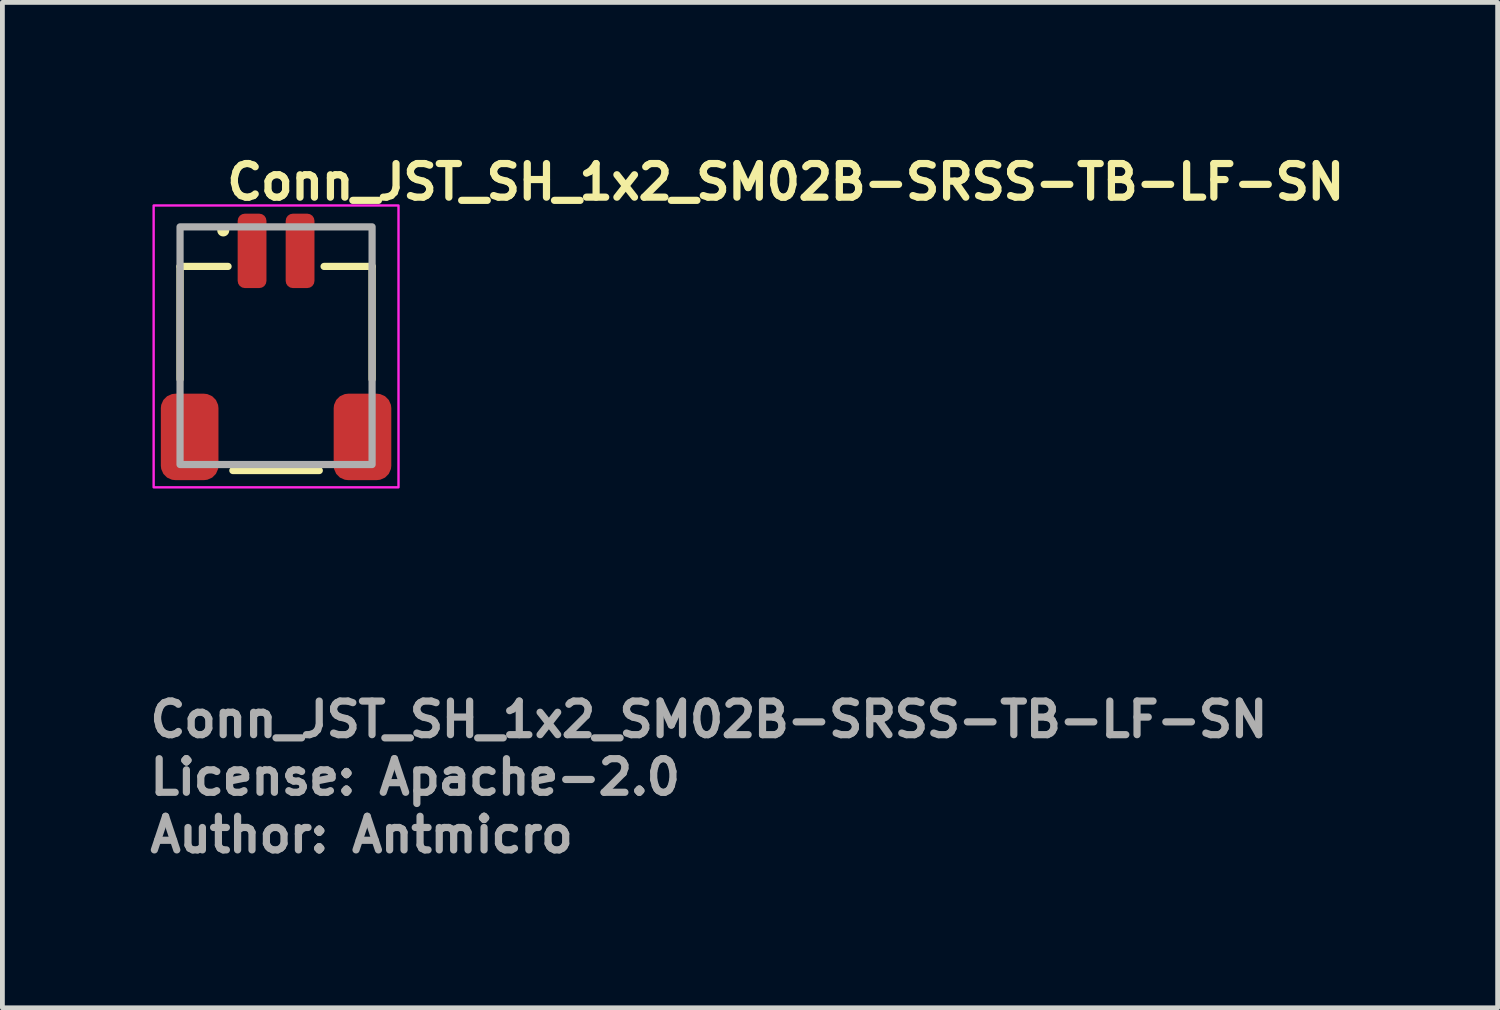
<source format=kicad_pcb>
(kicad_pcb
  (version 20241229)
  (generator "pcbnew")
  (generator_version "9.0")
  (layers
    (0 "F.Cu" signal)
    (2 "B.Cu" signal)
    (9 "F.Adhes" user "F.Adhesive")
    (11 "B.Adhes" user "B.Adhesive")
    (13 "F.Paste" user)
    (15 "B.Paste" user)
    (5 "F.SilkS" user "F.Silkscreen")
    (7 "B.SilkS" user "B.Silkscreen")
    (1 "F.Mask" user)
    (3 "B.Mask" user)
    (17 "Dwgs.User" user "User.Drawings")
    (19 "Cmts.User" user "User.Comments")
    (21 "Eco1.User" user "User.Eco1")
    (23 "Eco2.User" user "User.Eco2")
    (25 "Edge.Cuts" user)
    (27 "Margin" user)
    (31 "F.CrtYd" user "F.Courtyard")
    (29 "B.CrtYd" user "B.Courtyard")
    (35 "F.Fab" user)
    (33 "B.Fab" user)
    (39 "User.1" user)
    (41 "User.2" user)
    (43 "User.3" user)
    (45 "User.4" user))
  (footprint "Conn_JST_SH_1x2_SM02B-SRSS-TB-LF-SN"
    (layer "F.Cu")
    (at 2.7 4.15)
    (property "Reference" "Conn_JST_SH_1x2_SM02B-SRSS-TB-LF-SN" (at -1.1 -3 0) (layer "F.SilkS") (effects (font (size 0.7 0.7) (thickness 0.15)) (justify left bottom)))
    (attr smd)
    (fp_line (start -2 -1.651) (end -2 0.7) (stroke (width 0.15) (type solid)) (layer "F.SilkS"))
    (fp_line (start -2 -1.651) (end -1 -1.651) (stroke (width 0.15) (type solid)) (layer "F.SilkS"))
    (fp_line (start -0.9 2.6) (end 0.9 2.6) (stroke (width 0.15) (type solid)) (layer "F.SilkS"))
    (fp_line (start 2 -1.651) (end 1 -1.651) (stroke (width 0.15) (type solid)) (layer "F.SilkS"))
    (fp_line (start 2 -1.651) (end 2 0.7) (stroke (width 0.15) (type solid)) (layer "F.SilkS"))
    (fp_circle (center -1.1 -2.4) (end -1.05 -2.4) (stroke (width 0.15) (type solid)) (fill yes) (layer "F.SilkS"))
    (fp_rect (start -2.55 -2.92) (end 2.55 2.95) (stroke (width 0.05) (type solid)) (fill no) (layer "F.CrtYd"))
    (fp_rect (start -2 -2.475) (end 2 2.475) (stroke (width 0.15) (type solid)) (fill no) (layer "F.Fab"))
    (fp_rect (start -2 -2.475) (end 2 2.475) (stroke (width 0.1) (type solid)) (fill no) (layer "User.5"))
    (fp_line (start -2 -1.775) (end -2 -1.175) (stroke (width 0.02) (type solid)) (layer "User.9"))
    (fp_line (start -2 -1.175) (end -2 -1.125) (stroke (width 0.02) (type solid)) (layer "User.9"))
    (fp_line (start -2 -1.125) (end -2 -0.525) (stroke (width 0.02) (type solid)) (layer "User.9"))
    (fp_line (start -2 -0.325) (end -2 -0.525) (stroke (width 0.02) (type solid)) (layer "User.9"))
    (fp_line (start -2 -0.325) (end -1.9 -0.275) (stroke (width 0.02) (type solid)) (layer "User.9"))
    (fp_line (start -2 2.475) (end -2 -0.325) (stroke (width 0.02) (type solid)) (layer "User.9"))
    (fp_line (start -1.9 -0.275) (end -1.9 2.475) (stroke (width 0.02) (type solid)) (layer "User.9"))
    (fp_line (start -1.9 2.475) (end -2 2.475) (stroke (width 0.02) (type solid)) (layer "User.9"))
    (fp_line (start -1.7 -1.175) (end -2 -1.175) (stroke (width 0.02) (type solid)) (layer "User.9"))
    (fp_line (start -1.7 -1.125) (end -2 -1.125) (stroke (width 0.02) (type solid)) (layer "User.9"))
    (fp_line (start -1.7 -1.125) (end -1.7 -1.175) (stroke (width 0.02) (type solid)) (layer "User.9"))
    (fp_line (start -1.7 -0.525) (end -2 -0.525) (stroke (width 0.02) (type solid)) (layer "User.9"))
    (fp_line (start -1.7 -0.525) (end -1.7 -1.125) (stroke (width 0.02) (type solid)) (layer "User.9"))
    (fp_line (start -1.7 -0.525) (end -1.7 -0.275) (stroke (width 0.02) (type solid)) (layer "User.9"))
    (fp_line (start -1.7 -0.275) (end -1.9 -0.275) (stroke (width 0.02) (type solid)) (layer "User.9"))
    (fp_line (start -1.5 -1.775) (end -2 -1.775) (stroke (width 0.02) (type solid)) (layer "User.9"))
    (fp_line (start -1.5 -1.775) (end -1.5 -1.175) (stroke (width 0.02) (type solid)) (layer "User.9"))
    (fp_line (start -1.5 -1.775) (end -0.725 -1.775) (stroke (width 0.02) (type solid)) (layer "User.9"))
    (fp_line (start -1.5 -1.175) (end -1.45 -1.175) (stroke (width 0.02) (type solid)) (layer "User.9"))
    (fp_line (start -1.5 -0.275) (end -1.5 -1.175) (stroke (width 0.02) (type solid)) (layer "User.9"))
    (fp_line (start -1.45 -1.175) (end -1.45 -0.275) (stroke (width 0.02) (type solid)) (layer "User.9"))
    (fp_line (start -1.45 -0.275) (end -1.7 -0.275) (stroke (width 0.02) (type solid)) (layer "User.9"))
    (fp_line (start -0.725 -1.775) (end -0.575 -1.625) (stroke (width 0.02) (type solid)) (layer "User.9"))
    (fp_line (start -0.575 -2.475) (end -0.575 -2.475) (stroke (width 0.02) (type solid)) (layer "User.9"))
    (fp_line (start -0.575 -2.475) (end -0.575 -2.474) (stroke (width 0.02) (type solid)) (layer "User.9"))
    (fp_line (start -0.575 -2.475) (end -0.425 -2.475) (stroke (width 0.02) (type solid)) (layer "User.9"))
    (fp_line (start -0.575 -2.475) (end -0.425 -2.475) (stroke (width 0.02) (type solid)) (layer "User.9"))
    (fp_line (start -0.575 -2.474) (end -0.575 -2.472) (stroke (width 0.02) (type solid)) (layer "User.9"))
    (fp_line (start -0.575 -2.472) (end -0.575 -2.47) (stroke (width 0.02) (type solid)) (layer "User.9"))
    (fp_line (start -0.575 -2.47) (end -0.575 -2.467) (stroke (width 0.02) (type solid)) (layer "User.9"))
    (fp_line (start -0.575 -2.467) (end -0.575 -2.464) (stroke (width 0.02) (type solid)) (layer "User.9"))
    (fp_line (start -0.575 -2.464) (end -0.575 -2.46) (stroke (width 0.02) (type solid)) (layer "User.9"))
    (fp_line (start -0.575 -2.46) (end -0.575 -2.456) (stroke (width 0.02) (type solid)) (layer "User.9"))
    (fp_line (start -0.575 -2.456) (end -0.575 -2.452) (stroke (width 0.02) (type solid)) (layer "User.9"))
    (fp_line (start -0.575 -2.452) (end -0.575 -2.447) (stroke (width 0.02) (type solid)) (layer "User.9"))
    (fp_line (start -0.575 -2.447) (end -0.575 -2.442) (stroke (width 0.02) (type solid)) (layer "User.9"))
    (fp_line (start -0.575 -2.442) (end -0.575 -2.436) (stroke (width 0.02) (type solid)) (layer "User.9"))
    (fp_line (start -0.575 -2.436) (end -0.575 -2.431) (stroke (width 0.02) (type solid)) (layer "User.9"))
    (fp_line (start -0.575 -2.431) (end -0.575 -2.425) (stroke (width 0.02) (type solid)) (layer "User.9"))
    (fp_line (start -0.575 -2.425) (end -0.575 -1.999) (stroke (width 0.02) (type solid)) (layer "User.9"))
    (fp_line (start -0.575 -2.425) (end -0.425 -2.425) (stroke (width 0.02) (type solid)) (layer "User.9"))
    (fp_line (start -0.575 -1.999) (end -0.575 -1.625) (stroke (width 0.02) (type solid)) (layer "User.9"))
    (fp_line (start -0.575 -1.999) (end -0.425 -1.999) (stroke (width 0.02) (type solid)) (layer "User.9"))
    (fp_line (start -0.575 -1.625) (end -0.575 -1.175) (stroke (width 0.02) (type solid)) (layer "User.9"))
    (fp_line (start -0.575 -1.625) (end -0.575 -1.175) (stroke (width 0.02) (type solid)) (layer "User.9"))
    (fp_line (start -0.425 -2.475) (end -0.425 -2.475) (stroke (width 0.02) (type solid)) (layer "User.9"))
    (fp_line (start -0.425 -2.475) (end -0.425 -2.474) (stroke (width 0.02) (type solid)) (layer "User.9"))
    (fp_line (start -0.425 -2.474) (end -0.425 -2.472) (stroke (width 0.02) (type solid)) (layer "User.9"))
    (fp_line (start -0.425 -2.472) (end -0.425 -2.47) (stroke (width 0.02) (type solid)) (layer "User.9"))
    (fp_line (start -0.425 -2.47) (end -0.425 -2.467) (stroke (width 0.02) (type solid)) (layer "User.9"))
    (fp_line (start -0.425 -2.467) (end -0.425 -2.464) (stroke (width 0.02) (type solid)) (layer "User.9"))
    (fp_line (start -0.425 -2.464) (end -0.425 -2.46) (stroke (width 0.02) (type solid)) (layer "User.9"))
    (fp_line (start -0.425 -2.46) (end -0.425 -2.456) (stroke (width 0.02) (type solid)) (layer "User.9"))
    (fp_line (start -0.425 -2.456) (end -0.425 -2.452) (stroke (width 0.02) (type solid)) (layer "User.9"))
    (fp_line (start -0.425 -2.452) (end -0.425 -2.447) (stroke (width 0.02) (type solid)) (layer "User.9"))
    (fp_line (start -0.425 -2.447) (end -0.425 -2.442) (stroke (width 0.02) (type solid)) (layer "User.9"))
    (fp_line (start -0.425 -2.442) (end -0.425 -2.436) (stroke (width 0.02) (type solid)) (layer "User.9"))
    (fp_line (start -0.425 -2.436) (end -0.425 -2.431) (stroke (width 0.02) (type solid)) (layer "User.9"))
    (fp_line (start -0.425 -2.431) (end -0.425 -2.425) (stroke (width 0.02) (type solid)) (layer "User.9"))
    (fp_line (start -0.425 -2.425) (end -0.425 -1.999) (stroke (width 0.02) (type solid)) (layer "User.9"))
    (fp_line (start -0.425 -1.999) (end -0.425 -1.625) (stroke (width 0.02) (type solid)) (layer "User.9"))
    (fp_line (start -0.425 -1.625) (end -0.575 -1.625) (stroke (width 0.02) (type solid)) (layer "User.9"))
    (fp_line (start -0.425 -1.625) (end -0.275 -1.775) (stroke (width 0.02) (type solid)) (layer "User.9"))
    (fp_line (start -0.425 -1.175) (end -0.425 -1.625) (stroke (width 0.02) (type solid)) (layer "User.9"))
    (fp_line (start -0.425 -1.175) (end -0.425 -1.625) (stroke (width 0.02) (type solid)) (layer "User.9"))
    (fp_line (start -0.275 -1.775) (end 0.275 -1.775) (stroke (width 0.02) (type solid)) (layer "User.9"))
    (fp_line (start 0.275 -1.775) (end 0.425 -1.625) (stroke (width 0.02) (type solid)) (layer "User.9"))
    (fp_line (start 0.425 -2.475) (end 0.425 -2.475) (stroke (width 0.02) (type solid)) (layer "User.9"))
    (fp_line (start 0.425 -2.475) (end 0.425 -2.474) (stroke (width 0.02) (type solid)) (layer "User.9"))
    (fp_line (start 0.425 -2.475) (end 0.575 -2.475) (stroke (width 0.02) (type solid)) (layer "User.9"))
    (fp_line (start 0.425 -2.475) (end 0.575 -2.475) (stroke (width 0.02) (type solid)) (layer "User.9"))
    (fp_line (start 0.425 -2.474) (end 0.425 -2.472) (stroke (width 0.02) (type solid)) (layer "User.9"))
    (fp_line (start 0.425 -2.472) (end 0.425 -2.47) (stroke (width 0.02) (type solid)) (layer "User.9"))
    (fp_line (start 0.425 -2.47) (end 0.425 -2.467) (stroke (width 0.02) (type solid)) (layer "User.9"))
    (fp_line (start 0.425 -2.467) (end 0.425 -2.464) (stroke (width 0.02) (type solid)) (layer "User.9"))
    (fp_line (start 0.425 -2.464) (end 0.425 -2.46) (stroke (width 0.02) (type solid)) (layer "User.9"))
    (fp_line (start 0.425 -2.46) (end 0.425 -2.456) (stroke (width 0.02) (type solid)) (layer "User.9"))
    (fp_line (start 0.425 -2.456) (end 0.425 -2.452) (stroke (width 0.02) (type solid)) (layer "User.9"))
    (fp_line (start 0.425 -2.452) (end 0.425 -2.447) (stroke (width 0.02) (type solid)) (layer "User.9"))
    (fp_line (start 0.425 -2.447) (end 0.425 -2.442) (stroke (width 0.02) (type solid)) (layer "User.9"))
    (fp_line (start 0.425 -2.442) (end 0.425 -2.436) (stroke (width 0.02) (type solid)) (layer "User.9"))
    (fp_line (start 0.425 -2.436) (end 0.425 -2.431) (stroke (width 0.02) (type solid)) (layer "User.9"))
    (fp_line (start 0.425 -2.431) (end 0.425 -2.425) (stroke (width 0.02) (type solid)) (layer "User.9"))
    (fp_line (start 0.425 -2.425) (end 0.425 -1.999) (stroke (width 0.02) (type solid)) (layer "User.9"))
    (fp_line (start 0.425 -2.425) (end 0.575 -2.425) (stroke (width 0.02) (type solid)) (layer "User.9"))
    (fp_line (start 0.425 -1.999) (end 0.425 -1.625) (stroke (width 0.02) (type solid)) (layer "User.9"))
    (fp_line (start 0.425 -1.999) (end 0.575 -1.999) (stroke (width 0.02) (type solid)) (layer "User.9"))
    (fp_line (start 0.425 -1.625) (end 0.425 -1.175) (stroke (width 0.02) (type solid)) (layer "User.9"))
    (fp_line (start 0.425 -1.625) (end 0.425 -1.175) (stroke (width 0.02) (type solid)) (layer "User.9"))
    (fp_line (start 0.575 -2.475) (end 0.575 -2.475) (stroke (width 0.02) (type solid)) (layer "User.9"))
    (fp_line (start 0.575 -2.475) (end 0.575 -2.474) (stroke (width 0.02) (type solid)) (layer "User.9"))
    (fp_line (start 0.575 -2.474) (end 0.575 -2.472) (stroke (width 0.02) (type solid)) (layer "User.9"))
    (fp_line (start 0.575 -2.472) (end 0.575 -2.47) (stroke (width 0.02) (type solid)) (layer "User.9"))
    (fp_line (start 0.575 -2.47) (end 0.575 -2.467) (stroke (width 0.02) (type solid)) (layer "User.9"))
    (fp_line (start 0.575 -2.467) (end 0.575 -2.464) (stroke (width 0.02) (type solid)) (layer "User.9"))
    (fp_line (start 0.575 -2.464) (end 0.575 -2.46) (stroke (width 0.02) (type solid)) (layer "User.9"))
    (fp_line (start 0.575 -2.46) (end 0.575 -2.456) (stroke (width 0.02) (type solid)) (layer "User.9"))
    (fp_line (start 0.575 -2.456) (end 0.575 -2.452) (stroke (width 0.02) (type solid)) (layer "User.9"))
    (fp_line (start 0.575 -2.452) (end 0.575 -2.447) (stroke (width 0.02) (type solid)) (layer "User.9"))
    (fp_line (start 0.575 -2.447) (end 0.575 -2.442) (stroke (width 0.02) (type solid)) (layer "User.9"))
    (fp_line (start 0.575 -2.442) (end 0.575 -2.436) (stroke (width 0.02) (type solid)) (layer "User.9"))
    (fp_line (start 0.575 -2.436) (end 0.575 -2.431) (stroke (width 0.02) (type solid)) (layer "User.9"))
    (fp_line (start 0.575 -2.431) (end 0.575 -2.425) (stroke (width 0.02) (type solid)) (layer "User.9"))
    (fp_line (start 0.575 -2.425) (end 0.575 -1.999) (stroke (width 0.02) (type solid)) (layer "User.9"))
    (fp_line (start 0.575 -1.999) (end 0.575 -1.625) (stroke (width 0.02) (type solid)) (layer "User.9"))
    (fp_line (start 0.575 -1.625) (end 0.425 -1.625) (stroke (width 0.02) (type solid)) (layer "User.9"))
    (fp_line (start 0.575 -1.625) (end 0.725 -1.775) (stroke (width 0.02) (type solid)) (layer "User.9"))
    (fp_line (start 0.575 -1.175) (end 0.575 -1.625) (stroke (width 0.02) (type solid)) (layer "User.9"))
    (fp_line (start 0.575 -1.175) (end 0.575 -1.625) (stroke (width 0.02) (type solid)) (layer "User.9"))
    (fp_line (start 0.725 -1.775) (end 1.5 -1.775) (stroke (width 0.02) (type solid)) (layer "User.9"))
    (fp_line (start 1.45 -1.175) (end -1.45 -1.175) (stroke (width 0.02) (type solid)) (layer "User.9"))
    (fp_line (start 1.45 -1.175) (end 1.5 -1.175) (stroke (width 0.02) (type solid)) (layer "User.9"))
    (fp_line (start 1.45 -0.275) (end 1.45 -1.175) (stroke (width 0.02) (type solid)) (layer "User.9"))
    (fp_line (start 1.45 -0.275) (end 1.7 -0.275) (stroke (width 0.02) (type solid)) (layer "User.9"))
    (fp_line (start 1.5 -1.775) (end 2 -1.775) (stroke (width 0.02) (type solid)) (layer "User.9"))
    (fp_line (start 1.5 -1.175) (end 1.5 -1.775) (stroke (width 0.02) (type solid)) (layer "User.9"))
    (fp_line (start 1.5 -1.175) (end 1.5 -0.275) (stroke (width 0.02) (type solid)) (layer "User.9"))
    (fp_line (start 1.7 -1.175) (end 2 -1.175) (stroke (width 0.02) (type solid)) (layer "User.9"))
    (fp_line (start 1.7 -1.125) (end 1.7 -1.175) (stroke (width 0.02) (type solid)) (layer "User.9"))
    (fp_line (start 1.7 -1.125) (end 2 -1.125) (stroke (width 0.02) (type solid)) (layer "User.9"))
    (fp_line (start 1.7 -0.525) (end 1.7 -1.125) (stroke (width 0.02) (type solid)) (layer "User.9"))
    (fp_line (start 1.7 -0.525) (end 1.7 -0.275) (stroke (width 0.02) (type solid)) (layer "User.9"))
    (fp_line (start 1.7 -0.525) (end 2 -0.525) (stroke (width 0.02) (type solid)) (layer "User.9"))
    (fp_line (start 1.7 -0.275) (end 1.9 -0.275) (stroke (width 0.02) (type solid)) (layer "User.9"))
    (fp_line (start 1.9 -0.275) (end 2 -0.325) (stroke (width 0.02) (type solid)) (layer "User.9"))
    (fp_line (start 1.9 2.475) (end -1.9 2.475) (stroke (width 0.02) (type solid)) (layer "User.9"))
    (fp_line (start 1.9 2.475) (end 1.9 -0.275) (stroke (width 0.02) (type solid)) (layer "User.9"))
    (fp_line (start 2 -1.775) (end 2 -1.175) (stroke (width 0.02) (type solid)) (layer "User.9"))
    (fp_line (start 2 -1.175) (end 2 -1.125) (stroke (width 0.02) (type solid)) (layer "User.9"))
    (fp_line (start 2 -1.125) (end 2 -0.525) (stroke (width 0.02) (type solid)) (layer "User.9"))
    (fp_line (start 2 -0.325) (end 2 -0.525) (stroke (width 0.02) (type solid)) (layer "User.9"))
    (fp_line (start 2 -0.325) (end 2 2.475) (stroke (width 0.02) (type solid)) (layer "User.9"))
    (fp_line (start 2 2.475) (end 1.9 2.475) (stroke (width 0.02) (type solid)) (layer "User.9"))
    (fp_text user "License: Apache-2.0" (at -2.7 9.395 0) (layer "F.Fab") (effects (font (size 0.7 0.7) (thickness 0.15)) (justify left bottom)))
    (fp_text user "Author: Antmicro" (at -2.7 10.595 0) (layer "F.Fab") (effects (font (size 0.7 0.7) (thickness 0.15)) (justify left bottom)))
    (fp_text user "${REFERENCE}" (at -2.7 8.195 0) (layer "F.Fab") (effects (font (size 0.7 0.7) (thickness 0.15)) (justify left bottom)))
    (pad "1" smd roundrect (at -0.5 -1.975 90) (size 1.55 0.6) (layers "F.Cu" "F.Mask" "F.Paste") (roundrect_rratio 0.25))
    (pad "2" smd roundrect (at 0.5 -1.975 90) (size 1.55 0.6) (layers "F.Cu" "F.Mask" "F.Paste") (roundrect_rratio 0.25))
    (pad "MP" smd roundrect (at -1.8 1.9 90) (size 1.8 1.2) (layers "F.Cu" "F.Mask" "F.Paste") (roundrect_rratio 0.25))
    (pad "MP" smd roundrect (at 1.8 1.9 90) (size 1.8 1.2) (layers "F.Cu" "F.Mask" "F.Paste") (roundrect_rratio 0.25)))
  (gr_rect
    (start -3 -3)
    (end 28.143 17.941)
    (stroke (width 0.1) (type default))
    (fill no)
    (layer "Edge.Cuts")))
</source>
